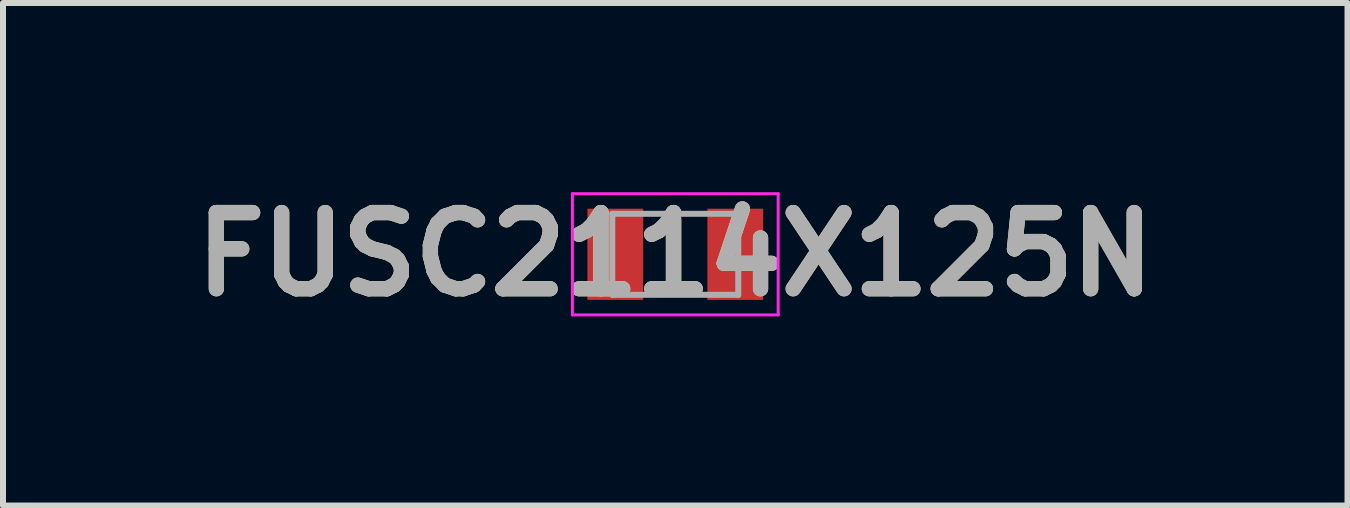
<source format=kicad_pcb>
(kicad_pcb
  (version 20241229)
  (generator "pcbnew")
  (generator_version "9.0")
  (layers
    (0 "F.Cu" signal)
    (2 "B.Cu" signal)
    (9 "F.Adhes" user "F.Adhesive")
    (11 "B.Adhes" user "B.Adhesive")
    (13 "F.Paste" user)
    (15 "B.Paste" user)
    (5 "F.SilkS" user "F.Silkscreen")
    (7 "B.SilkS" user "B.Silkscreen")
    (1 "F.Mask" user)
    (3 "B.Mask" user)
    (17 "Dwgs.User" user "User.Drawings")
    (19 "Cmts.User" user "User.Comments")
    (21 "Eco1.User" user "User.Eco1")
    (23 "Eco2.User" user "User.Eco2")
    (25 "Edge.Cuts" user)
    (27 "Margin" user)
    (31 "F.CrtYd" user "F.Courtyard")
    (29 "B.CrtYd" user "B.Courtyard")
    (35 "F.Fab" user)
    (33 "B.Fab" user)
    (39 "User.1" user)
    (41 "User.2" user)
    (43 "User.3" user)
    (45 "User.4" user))
  (footprint "FUSC2114X125N"
    (layer "F.Cu")
    (at 8.207 1.189)
    (property "Reference" "FUSC2114X125N" (at 0 0 0) (layer "F.SilkS") (effects (font (size 1.27 1.27) (thickness 0.254))))
    (attr smd)
    (fp_line (start 0 -0.575) (end 0 0.575) (stroke (width 0.2) (type solid)) (layer "F.SilkS"))
    (fp_line (start -1.715 -1.01) (end 1.715 -1.01) (stroke (width 0.05) (type solid)) (layer "F.CrtYd"))
    (fp_line (start -1.715 1.01) (end -1.715 -1.01) (stroke (width 0.05) (type solid)) (layer "F.CrtYd"))
    (fp_line (start 1.715 -1.01) (end 1.715 1.01) (stroke (width 0.05) (type solid)) (layer "F.CrtYd"))
    (fp_line (start 1.715 1.01) (end -1.715 1.01) (stroke (width 0.05) (type solid)) (layer "F.CrtYd"))
    (fp_line (start -1.05 -0.675) (end 1.05 -0.675) (stroke (width 0.1) (type solid)) (layer "F.Fab"))
    (fp_line (start -1.05 0.675) (end -1.05 -0.675) (stroke (width 0.1) (type solid)) (layer "F.Fab"))
    (fp_line (start 1.05 -0.675) (end 1.05 0.675) (stroke (width 0.1) (type solid)) (layer "F.Fab"))
    (fp_line (start 1.05 0.675) (end -1.05 0.675) (stroke (width 0.1) (type solid)) (layer "F.Fab"))
    (fp_text user "${REFERENCE}" (at 0 0 0) (layer "F.Fab") (effects (font (size 1.27 1.27) (thickness 0.254))))
    (pad "1" smd rect (at -1 0) (size 0.93 1.52) (layers "F.Cu" "F.Mask" "F.Paste"))
    (pad "2" smd rect (at 1 0) (size 0.93 1.52) (layers "F.Cu" "F.Mask" "F.Paste")))
  (gr_rect
    (start -3 -3)
    (end 19.413 5.377)
    (stroke (width 0.1) (type default))
    (fill no)
    (layer "Edge.Cuts")))
</source>
